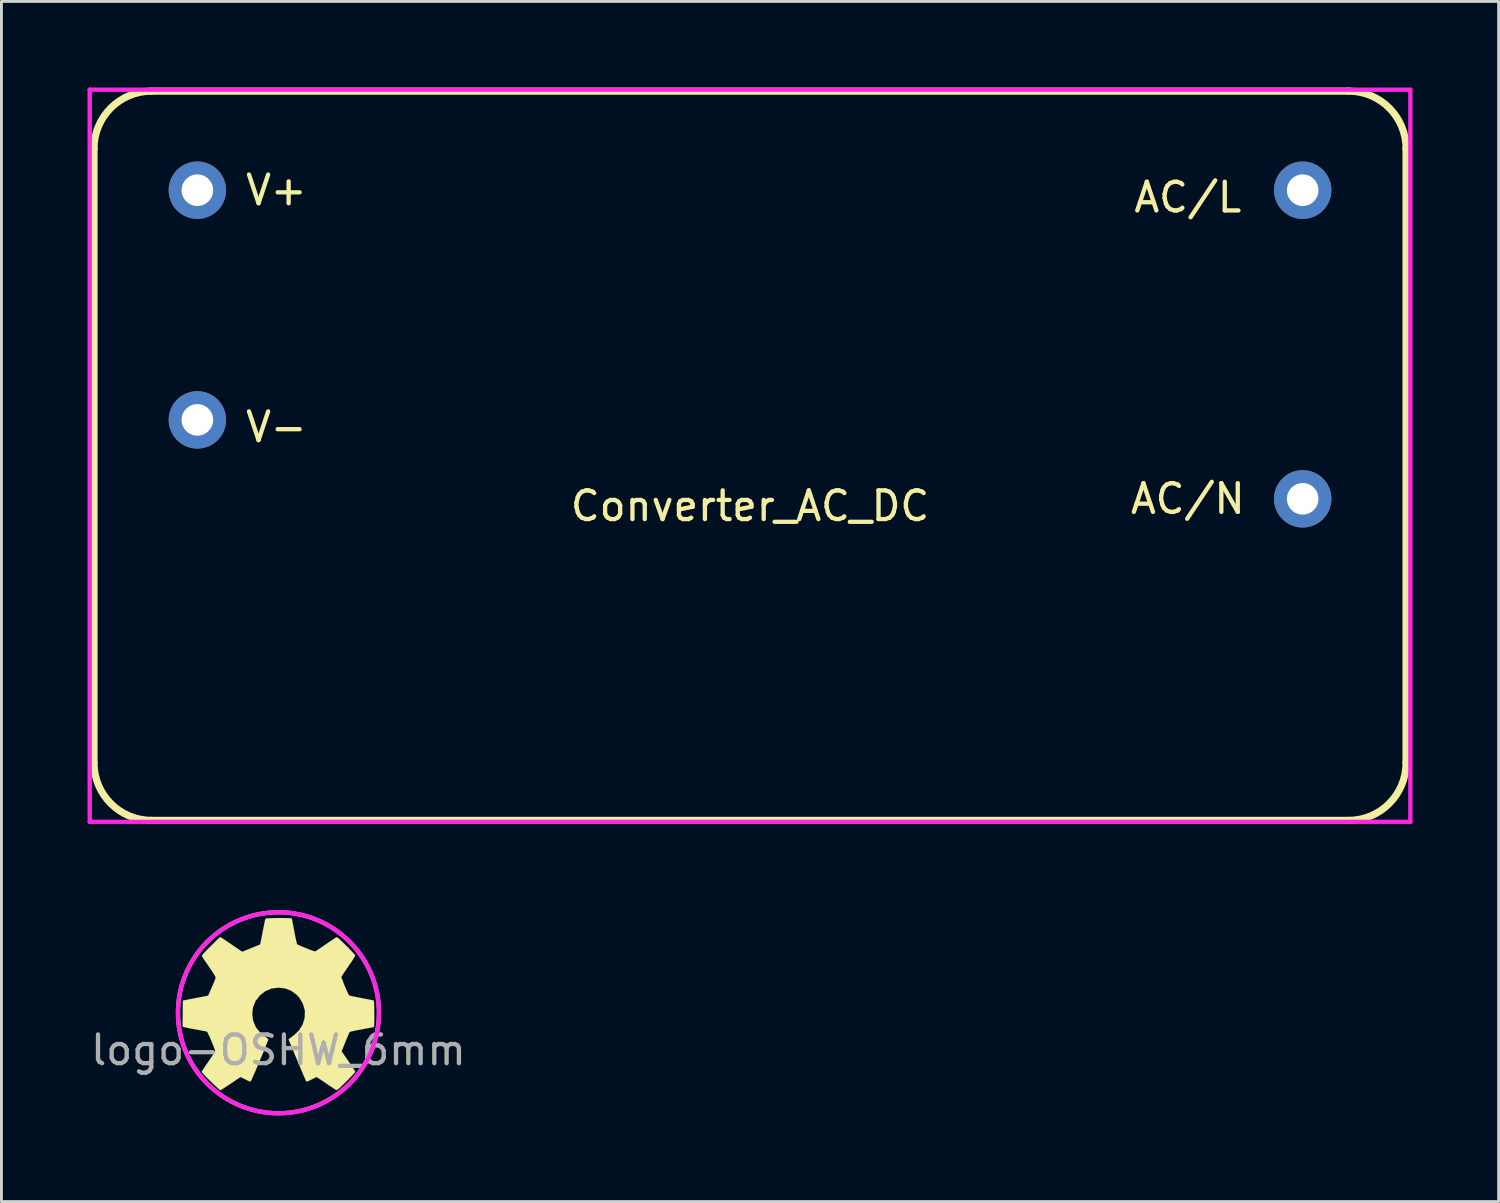
<source format=kicad_pcb>
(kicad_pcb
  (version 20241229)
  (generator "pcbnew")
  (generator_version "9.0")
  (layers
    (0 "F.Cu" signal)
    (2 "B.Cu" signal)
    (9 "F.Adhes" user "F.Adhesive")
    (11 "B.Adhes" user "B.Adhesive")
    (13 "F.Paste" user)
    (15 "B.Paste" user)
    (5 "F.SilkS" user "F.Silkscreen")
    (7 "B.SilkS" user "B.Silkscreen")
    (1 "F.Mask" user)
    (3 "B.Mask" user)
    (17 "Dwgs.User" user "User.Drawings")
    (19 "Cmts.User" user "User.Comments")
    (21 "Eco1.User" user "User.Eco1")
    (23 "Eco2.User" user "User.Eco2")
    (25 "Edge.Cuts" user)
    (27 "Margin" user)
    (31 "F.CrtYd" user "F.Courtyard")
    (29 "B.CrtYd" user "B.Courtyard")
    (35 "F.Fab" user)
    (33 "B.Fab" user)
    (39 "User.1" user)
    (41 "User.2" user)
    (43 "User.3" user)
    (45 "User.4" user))
  (footprint "logo-OSHW_6mm"
    (layer "F.Cu")
    (at 6.649 31.926)
    (property "Reference" "logo-OSHW_6mm" (at 0 1.6 0) (layer "F.Fab") (effects (font (size 1 1) (thickness 0.15))))
    (attr through_hole)
    (fp_poly (pts (xy -2.024 3) (xy -1.989 2.979) (xy -1.91 2.931) (xy -1.798 2.857) (xy -1.666 2.771) (xy -1.534 2.68) (xy -1.425 2.609) (xy -1.349 2.558) (xy -1.318 2.54) (xy -1.3 2.548) (xy -1.237 2.578) (xy -1.148 2.624) (xy -1.095 2.652) (xy -1.011 2.687) (xy -0.968 2.695) (xy -0.963 2.685) (xy -0.932 2.621) (xy -0.884 2.512) (xy -0.82 2.367) (xy -0.747 2.197) (xy -0.671 2.014) (xy -0.592 1.829) (xy -0.518 1.651) (xy -0.455 1.491) (xy -0.401 1.359) (xy -0.366 1.27) (xy -0.353 1.232) (xy -0.358 1.222) (xy -0.399 1.181) (xy -0.472 1.128) (xy -0.63 0.998) (xy -0.787 0.805) (xy -0.881 0.584) (xy -0.914 0.338) (xy -0.886 0.109) (xy -0.798 -0.109) (xy -0.645 -0.305) (xy -0.46 -0.452) (xy -0.244 -0.544) (xy 0 -0.574) (xy 0.231 -0.549) (xy 0.455 -0.46) (xy 0.653 -0.31) (xy 0.737 -0.213) (xy 0.851 -0.015) (xy 0.914 0.198) (xy 0.922 0.254) (xy 0.912 0.488) (xy 0.843 0.711) (xy 0.719 0.912) (xy 0.549 1.077) (xy 0.526 1.092) (xy 0.447 1.153) (xy 0.394 1.194) (xy 0.351 1.227) (xy 0.65 1.946) (xy 0.699 2.06) (xy 0.78 2.258) (xy 0.851 2.426) (xy 0.909 2.56) (xy 0.95 2.652) (xy 0.968 2.687) (xy 0.968 2.69) (xy 0.996 2.695) (xy 1.049 2.675) (xy 1.151 2.626) (xy 1.217 2.591) (xy 1.293 2.555) (xy 1.328 2.54) (xy 1.356 2.558) (xy 1.43 2.603) (xy 1.537 2.675) (xy 1.666 2.764) (xy 1.788 2.847) (xy 1.9 2.921) (xy 1.981 2.974) (xy 2.022 2.995) (xy 2.027 2.995) (xy 2.062 2.974) (xy 2.129 2.921) (xy 2.225 2.83) (xy 2.365 2.692) (xy 2.385 2.67) (xy 2.499 2.555) (xy 2.591 2.459) (xy 2.654 2.388) (xy 2.677 2.357) (xy 2.657 2.319) (xy 2.603 2.235) (xy 2.53 2.121) (xy 2.438 1.989) (xy 2.2 1.643) (xy 2.332 1.316) (xy 2.372 1.217) (xy 2.423 1.095) (xy 2.461 1.008) (xy 2.479 0.97) (xy 2.515 0.958) (xy 2.603 0.937) (xy 2.733 0.909) (xy 2.888 0.881) (xy 3.035 0.853) (xy 3.167 0.828) (xy 3.264 0.81) (xy 3.307 0.803) (xy 3.317 0.795) (xy 3.327 0.775) (xy 3.332 0.729) (xy 3.335 0.648) (xy 3.338 0.521) (xy 3.338 0.338) (xy 3.338 0.318) (xy 3.335 0.142) (xy 3.332 0.003) (xy 3.327 -0.089) (xy 3.322 -0.124) (xy 3.279 -0.135) (xy 3.185 -0.155) (xy 3.053 -0.18) (xy 2.896 -0.211) (xy 2.885 -0.213) (xy 2.728 -0.244) (xy 2.593 -0.272) (xy 2.502 -0.292) (xy 2.464 -0.305) (xy 2.454 -0.315) (xy 2.423 -0.378) (xy 2.377 -0.475) (xy 2.324 -0.594) (xy 2.273 -0.719) (xy 2.23 -0.831) (xy 2.2 -0.914) (xy 2.189 -0.953) (xy 2.215 -0.991) (xy 2.268 -1.072) (xy 2.344 -1.186) (xy 2.438 -1.321) (xy 2.443 -1.331) (xy 2.535 -1.463) (xy 2.609 -1.577) (xy 2.657 -1.659) (xy 2.677 -1.694) (xy 2.675 -1.697) (xy 2.647 -1.735) (xy 2.578 -1.811) (xy 2.482 -1.913) (xy 2.365 -2.032) (xy 2.327 -2.068) (xy 2.197 -2.195) (xy 2.106 -2.278) (xy 2.05 -2.322) (xy 2.024 -2.332) (xy 2.022 -2.332) (xy 1.981 -2.306) (xy 1.897 -2.25) (xy 1.783 -2.174) (xy 1.648 -2.083) (xy 1.638 -2.075) (xy 1.506 -1.984) (xy 1.394 -1.91) (xy 1.316 -1.857) (xy 1.28 -1.836) (xy 1.275 -1.836) (xy 1.219 -1.852) (xy 1.125 -1.885) (xy 1.008 -1.93) (xy 0.884 -1.981) (xy 0.772 -2.027) (xy 0.688 -2.065) (xy 0.65 -2.088) (xy 0.648 -2.09) (xy 0.635 -2.139) (xy 0.612 -2.238) (xy 0.582 -2.375) (xy 0.551 -2.54) (xy 0.546 -2.565) (xy 0.516 -2.725) (xy 0.49 -2.855) (xy 0.472 -2.946) (xy 0.462 -2.985) (xy 0.439 -2.99) (xy 0.363 -2.995) (xy 0.244 -2.997) (xy 0.102 -3) (xy -0.051 -3) (xy -0.198 -2.995) (xy -0.323 -2.992) (xy -0.414 -2.985) (xy -0.452 -2.977) (xy -0.452 -2.974) (xy -0.467 -2.926) (xy -0.488 -2.827) (xy -0.516 -2.687) (xy -0.549 -2.525) (xy -0.554 -2.494) (xy -0.584 -2.337) (xy -0.61 -2.207) (xy -0.63 -2.116) (xy -0.64 -2.08) (xy -0.653 -2.073) (xy -0.719 -2.045) (xy -0.826 -2.002) (xy -0.958 -1.948) (xy -1.262 -1.824) (xy -1.638 -2.08) (xy -1.671 -2.103) (xy -1.806 -2.197) (xy -1.918 -2.271) (xy -1.994 -2.319) (xy -2.027 -2.337) (xy -2.029 -2.337) (xy -2.068 -2.304) (xy -2.141 -2.235) (xy -2.243 -2.136) (xy -2.36 -2.017) (xy -2.449 -1.93) (xy -2.55 -1.826) (xy -2.616 -1.755) (xy -2.652 -1.709) (xy -2.664 -1.681) (xy -2.662 -1.664) (xy -2.637 -1.626) (xy -2.583 -1.542) (xy -2.504 -1.43) (xy -2.413 -1.295) (xy -2.339 -1.186) (xy -2.258 -1.059) (xy -2.205 -0.97) (xy -2.187 -0.927) (xy -2.192 -0.907) (xy -2.217 -0.836) (xy -2.261 -0.724) (xy -2.319 -0.592) (xy -2.449 -0.295) (xy -2.642 -0.257) (xy -2.761 -0.236) (xy -2.926 -0.203) (xy -3.084 -0.173) (xy -3.33 -0.124) (xy -3.338 0.78) (xy -3.299 0.795) (xy -3.264 0.805) (xy -3.172 0.826) (xy -3.043 0.851) (xy -2.888 0.879) (xy -2.758 0.904) (xy -2.626 0.93) (xy -2.53 0.947) (xy -2.489 0.958) (xy -2.479 0.97) (xy -2.446 1.034) (xy -2.398 1.135) (xy -2.347 1.257) (xy -2.294 1.384) (xy -2.248 1.501) (xy -2.215 1.59) (xy -2.202 1.638) (xy -2.22 1.671) (xy -2.271 1.75) (xy -2.342 1.859) (xy -2.433 1.991) (xy -2.522 2.121) (xy -2.598 2.235) (xy -2.649 2.314) (xy -2.672 2.352) (xy -2.662 2.377) (xy -2.609 2.441) (xy -2.51 2.543) (xy -2.362 2.687) (xy -2.339 2.71) (xy -2.223 2.824) (xy -2.123 2.916) (xy -2.055 2.977) (xy -2.024 3)) (stroke (width 0.003) (type solid)) (fill yes) (layer "F.SilkS"))
    (fp_circle (center 0 0.3) (end -3.5 0.2) (stroke (width 0.15) (type solid)) (fill no) (layer "F.CrtYd"))
    (fp_circle (center 0 0.3) (end -3.5 0.3) (stroke (width 0.15) (type solid)) (fill no) (layer "F.Fab")))
  (footprint "Converter_AC_DC"
    (layer "F.Cu")
    (at 23.075 12.825)
    (property "Reference" "Converter_AC_DC" (at 0 1.75 0) (layer "F.SilkS") (effects (font (size 1 1) (thickness 0.15))))
    (attr through_hole)
    (fp_line (start -22.85 10.7) (end -22.85 -10.7) (stroke (width 0.25) (type solid)) (layer "F.SilkS"))
    (fp_line (start -20.85 -12.7) (end 20.85 -12.7) (stroke (width 0.25) (type solid)) (layer "F.SilkS"))
    (fp_line (start 20.85 12.7) (end -20.85 12.7) (stroke (width 0.25) (type solid)) (layer "F.SilkS"))
    (fp_line (start 22.85 -10.7) (end 22.85 10.7) (stroke (width 0.25) (type solid)) (layer "F.SilkS"))
    (fp_arc (start -22.85 -10.7) (mid -22.264214 -12.114214) (end -20.85 -12.7) (stroke (width 0.25) (type solid)) (layer "F.SilkS"))
    (fp_arc (start -20.85 12.7) (mid -22.264214 12.114214) (end -22.85 10.7) (stroke (width 0.25) (type solid)) (layer "F.SilkS"))
    (fp_arc (start 20.85 -12.7) (mid 22.264214 -12.114214) (end 22.85 -10.7) (stroke (width 0.25) (type solid)) (layer "F.SilkS"))
    (fp_arc (start 22.85 10.7) (mid 22.264214 12.114214) (end 20.85 12.7) (stroke (width 0.25) (type solid)) (layer "F.SilkS"))
    (fp_line (start -23 -12.75) (end -23 -12.75) (stroke (width 0.15) (type solid)) (layer "F.CrtYd"))
    (fp_line (start -23 -12.75) (end -23 12.75) (stroke (width 0.15) (type solid)) (layer "F.CrtYd"))
    (fp_line (start -23 12.75) (end 23 12.75) (stroke (width 0.15) (type solid)) (layer "F.CrtYd"))
    (fp_line (start 23 -12.75) (end -23 -12.75) (stroke (width 0.15) (type solid)) (layer "F.CrtYd"))
    (fp_line (start 23 12.75) (end 23 -12.75) (stroke (width 0.15) (type solid)) (layer "F.CrtYd"))
    (fp_text user "AC/N" (at 15.25 1.5 0) (layer "F.SilkS") (effects (font (size 1 1) (thickness 0.15))))
    (fp_text user "V-" (at -16.5 -1 0) (layer "F.SilkS") (effects (font (size 1 1) (thickness 0.15))))
    (fp_text user "AC/L" (at 15.25 -9 0) (layer "F.SilkS") (effects (font (size 1 1) (thickness 0.15))))
    (fp_text user "V+" (at -16.5 -9.25 0) (layer "F.SilkS") (effects (font (size 1 1) (thickness 0.15))))
    (pad "1" thru_hole circle (at 19.25 -9.25) (size 2 2) (drill 1.1) (layers "*.Cu" "*.Mask"))
    (pad "2" thru_hole circle (at 19.25 1.5) (size 2 2) (drill 1.1) (layers "*.Cu" "*.Mask"))
    (pad "3" thru_hole circle (at -19.25 -9.25) (size 2 2) (drill 1.1) (layers "*.Cu" "*.Mask"))
    (pad "4" thru_hole circle (at -19.25 -1.25) (size 2 2) (drill 1.1) (layers "*.Cu" "*.Mask")))
  (gr_rect
    (start -3 -3)
    (end 49.15 38.803)
    (stroke (width 0.1) (type default))
    (fill no)
    (layer "Edge.Cuts")))
</source>
